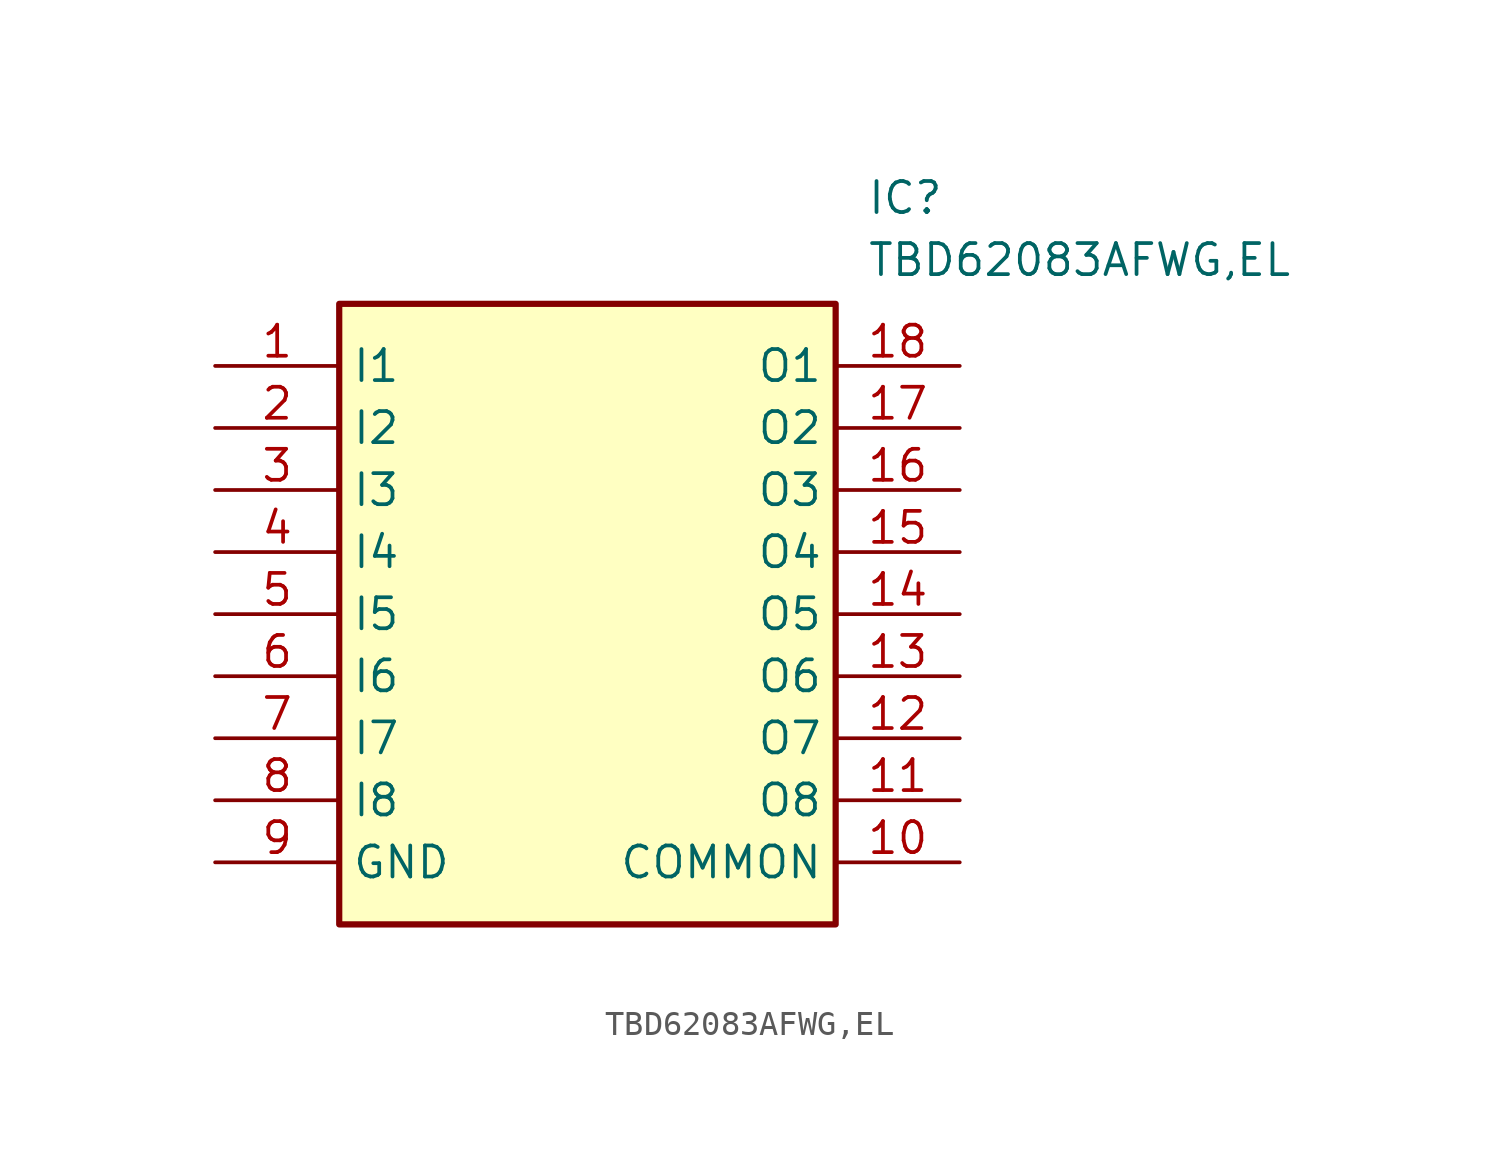
<source format=kicad_sym>
(kicad_symbol_lib
  (version 20211014)
  (generator SamacSys_ECAD_Model)
  (symbol "TBD62083AFWG,EL"
    (property "Reference" "IC"
      (at 26.67 7.62 0)
      (effects (font (size 1.27 1.27)) (justify left top)))
    (property "Value" "TBD62083AFWG,EL"
      (at 26.67 5.08 0)
      (effects (font (size 1.27 1.27)) (justify left top)))
    (rectangle
      (start 5.08 2.54)
      (end 25.4 -22.86)
      (stroke (width 0.254) (type default))
      (fill (type background)))
    (pin passive line
      (at 0 0 0)
      (length 5.08)
      (name "I1" (effects (font (size 1.27 1.27))))
      (number "1" (effects (font (size 1.27 1.27)))))
    (pin passive line
      (at 0 -2.54 0)
      (length 5.08)
      (name "I2" (effects (font (size 1.27 1.27))))
      (number "2" (effects (font (size 1.27 1.27)))))
    (pin passive line
      (at 0 -5.08 0)
      (length 5.08)
      (name "I3" (effects (font (size 1.27 1.27))))
      (number "3" (effects (font (size 1.27 1.27)))))
    (pin passive line
      (at 0 -7.62 0)
      (length 5.08)
      (name "I4" (effects (font (size 1.27 1.27))))
      (number "4" (effects (font (size 1.27 1.27)))))
    (pin passive line
      (at 0 -10.16 0)
      (length 5.08)
      (name "I5" (effects (font (size 1.27 1.27))))
      (number "5" (effects (font (size 1.27 1.27)))))
    (pin passive line
      (at 0 -12.7 0)
      (length 5.08)
      (name "I6" (effects (font (size 1.27 1.27))))
      (number "6" (effects (font (size 1.27 1.27)))))
    (pin passive line
      (at 0 -15.24 0)
      (length 5.08)
      (name "I7" (effects (font (size 1.27 1.27))))
      (number "7" (effects (font (size 1.27 1.27)))))
    (pin passive line
      (at 0 -17.78 0)
      (length 5.08)
      (name "I8" (effects (font (size 1.27 1.27))))
      (number "8" (effects (font (size 1.27 1.27)))))
    (pin passive line
      (at 0 -20.32 0)
      (length 5.08)
      (name "GND" (effects (font (size 1.27 1.27))))
      (number "9" (effects (font (size 1.27 1.27)))))
    (pin passive line
      (at 30.48 0 180)
      (length 5.08)
      (name "O1" (effects (font (size 1.27 1.27))))
      (number "18" (effects (font (size 1.27 1.27)))))
    (pin passive line
      (at 30.48 -2.54 180)
      (length 5.08)
      (name "O2" (effects (font (size 1.27 1.27))))
      (number "17" (effects (font (size 1.27 1.27)))))
    (pin passive line
      (at 30.48 -5.08 180)
      (length 5.08)
      (name "O3" (effects (font (size 1.27 1.27))))
      (number "16" (effects (font (size 1.27 1.27)))))
    (pin passive line
      (at 30.48 -7.62 180)
      (length 5.08)
      (name "O4" (effects (font (size 1.27 1.27))))
      (number "15" (effects (font (size 1.27 1.27)))))
    (pin passive line
      (at 30.48 -10.16 180)
      (length 5.08)
      (name "O5" (effects (font (size 1.27 1.27))))
      (number "14" (effects (font (size 1.27 1.27)))))
    (pin passive line
      (at 30.48 -12.7 180)
      (length 5.08)
      (name "O6" (effects (font (size 1.27 1.27))))
      (number "13" (effects (font (size 1.27 1.27)))))
    (pin passive line
      (at 30.48 -15.24 180)
      (length 5.08)
      (name "O7" (effects (font (size 1.27 1.27))))
      (number "12" (effects (font (size 1.27 1.27)))))
    (pin passive line
      (at 30.48 -17.78 180)
      (length 5.08)
      (name "O8" (effects (font (size 1.27 1.27))))
      (number "11" (effects (font (size 1.27 1.27)))))
    (pin passive line
      (at 30.48 -20.32 180)
      (length 5.08)
      (name "COMMON" (effects (font (size 1.27 1.27))))
      (number "10" (effects (font (size 1.27 1.27)))))))
</source>
